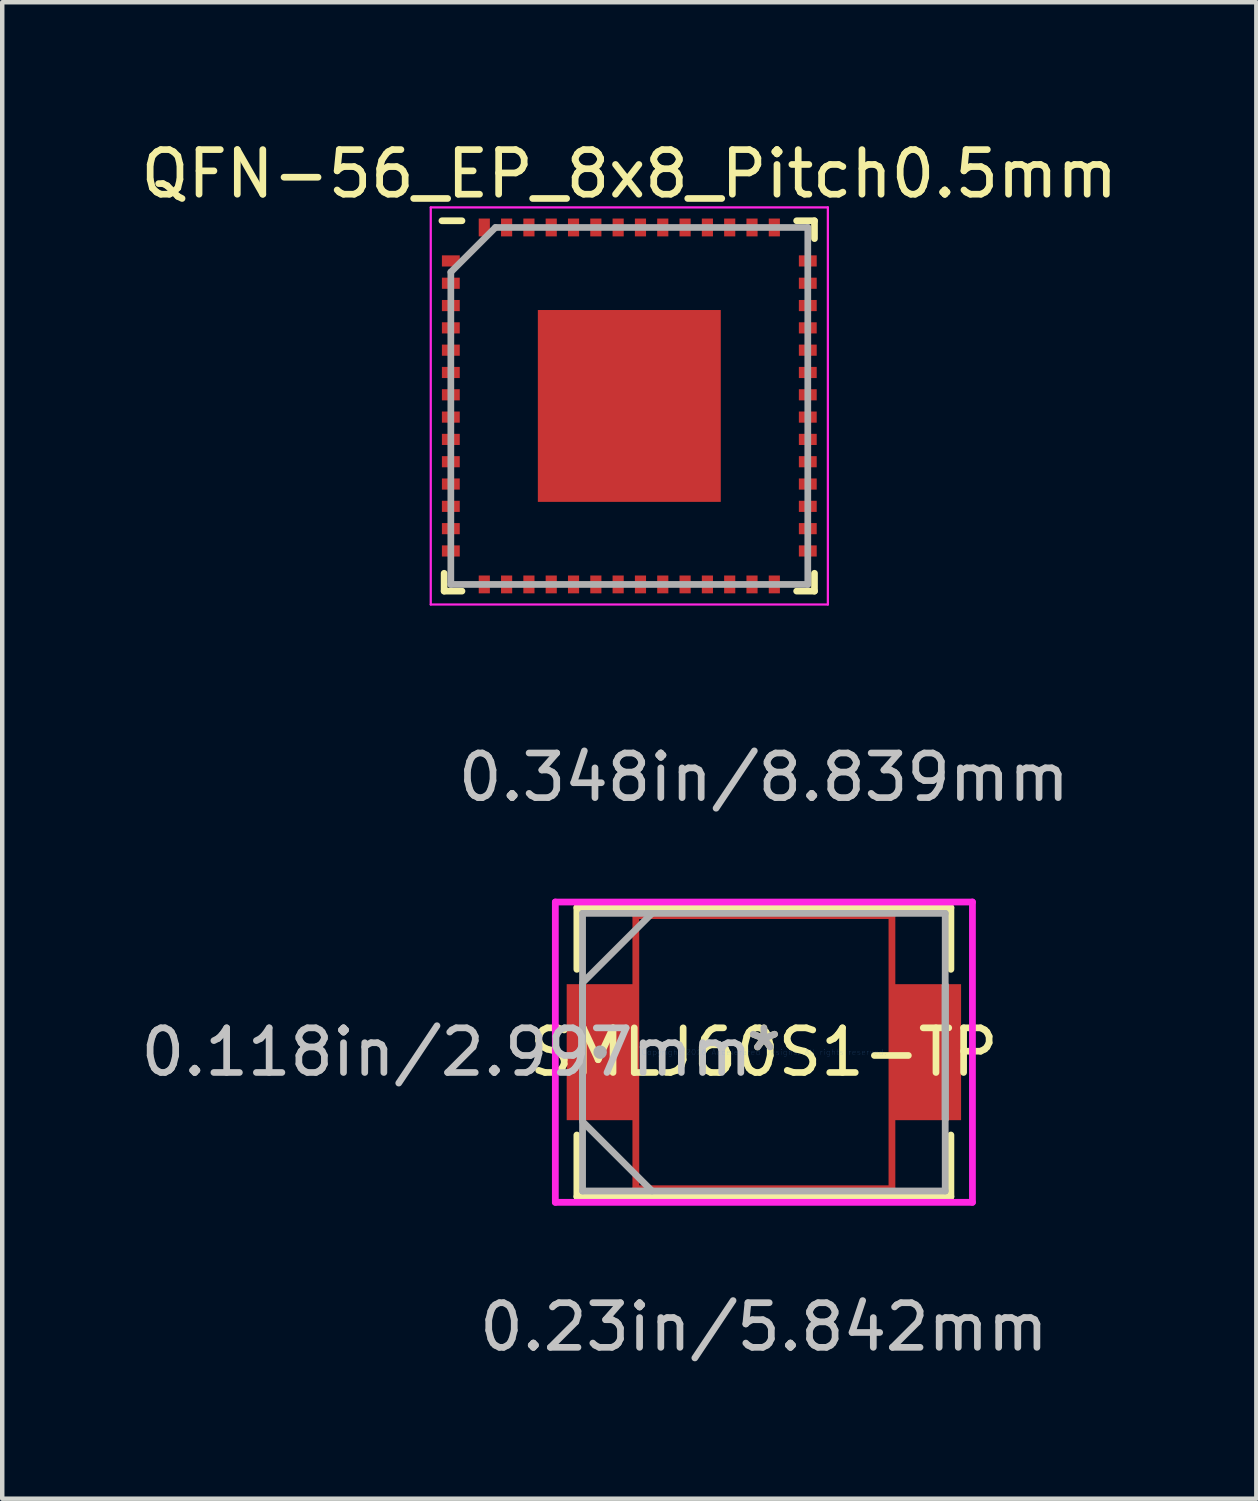
<source format=kicad_pcb>
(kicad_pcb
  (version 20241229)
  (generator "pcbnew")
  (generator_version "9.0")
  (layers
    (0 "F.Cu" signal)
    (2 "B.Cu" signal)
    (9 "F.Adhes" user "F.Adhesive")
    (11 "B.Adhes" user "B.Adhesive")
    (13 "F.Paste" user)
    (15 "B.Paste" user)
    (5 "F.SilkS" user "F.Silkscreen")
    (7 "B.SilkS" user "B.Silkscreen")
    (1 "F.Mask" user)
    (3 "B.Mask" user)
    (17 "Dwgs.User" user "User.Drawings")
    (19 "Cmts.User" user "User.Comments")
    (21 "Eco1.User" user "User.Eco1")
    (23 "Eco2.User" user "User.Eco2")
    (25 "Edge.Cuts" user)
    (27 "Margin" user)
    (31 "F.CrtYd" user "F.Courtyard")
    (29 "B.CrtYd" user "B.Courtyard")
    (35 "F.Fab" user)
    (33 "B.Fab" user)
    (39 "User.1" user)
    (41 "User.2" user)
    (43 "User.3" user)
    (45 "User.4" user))
  (footprint "SMLJ60S1-TP"
    (layer "F.Cu")
    (at 14.07 20.531)
    (property "Reference" "SMLJ60S1-TP" (at 0 0 0) (layer "F.SilkS") (effects (font (size 1 1) (thickness 0.15))))
    (attr through_hole)
    (fp_line (start -2.87 -3.061) (end 2.87 -3.061) (stroke (width 0.152) (type solid)) (layer "F.Cu"))
    (fp_line (start -2.87 3.061) (end -2.87 -3.061) (stroke (width 0.152) (type solid)) (layer "F.Cu"))
    (fp_line (start 2.87 -3.061) (end 2.87 3.061) (stroke (width 0.152) (type solid)) (layer "F.Cu"))
    (fp_line (start 2.87 3.061) (end -2.87 3.061) (stroke (width 0.152) (type solid)) (layer "F.Cu"))
    (fp_line (start -4.191 -3.239) (end -4.191 -1.857) (stroke (width 0.152) (type solid)) (layer "F.SilkS"))
    (fp_line (start -4.191 1.857) (end -4.191 3.239) (stroke (width 0.152) (type solid)) (layer "F.SilkS"))
    (fp_line (start -4.191 3.239) (end 4.191 3.239) (stroke (width 0.152) (type solid)) (layer "F.SilkS"))
    (fp_line (start 4.191 -3.239) (end -4.191 -3.239) (stroke (width 0.152) (type solid)) (layer "F.SilkS"))
    (fp_line (start 4.191 -1.857) (end 4.191 -3.239) (stroke (width 0.152) (type solid)) (layer "F.SilkS"))
    (fp_line (start 4.191 3.239) (end 4.191 1.857) (stroke (width 0.152) (type solid)) (layer "F.SilkS"))
    (fp_line (start -4.674 -3.365) (end 4.674 -3.365) (stroke (width 0.152) (type solid)) (layer "F.CrtYd"))
    (fp_line (start -4.674 3.365) (end -4.674 -3.365) (stroke (width 0.152) (type solid)) (layer "F.CrtYd"))
    (fp_line (start 4.674 -3.365) (end 4.674 3.365) (stroke (width 0.152) (type solid)) (layer "F.CrtYd"))
    (fp_line (start 4.674 3.365) (end -4.674 3.365) (stroke (width 0.152) (type solid)) (layer "F.CrtYd"))
    (fp_line (start -4.064 -3.111) (end -4.064 3.111) (stroke (width 0.152) (type solid)) (layer "F.Fab"))
    (fp_line (start -4.064 -1.556) (end -2.508 -3.111) (stroke (width 0.152) (type solid)) (layer "F.Fab"))
    (fp_line (start -4.064 -1.499) (end -4.064 -1.499) (stroke (width 0.152) (type solid)) (layer "F.Fab"))
    (fp_line (start -4.064 -1.499) (end -4.064 1.499) (stroke (width 0.152) (type solid)) (layer "F.Fab"))
    (fp_line (start -4.064 1.499) (end -4.064 -1.499) (stroke (width 0.152) (type solid)) (layer "F.Fab"))
    (fp_line (start -4.064 1.499) (end -4.064 1.499) (stroke (width 0.152) (type solid)) (layer "F.Fab"))
    (fp_line (start -4.064 1.556) (end -2.508 3.111) (stroke (width 0.152) (type solid)) (layer "F.Fab"))
    (fp_line (start -4.064 3.111) (end 4.064 3.111) (stroke (width 0.152) (type solid)) (layer "F.Fab"))
    (fp_line (start 4.064 -3.111) (end -4.064 -3.111) (stroke (width 0.152) (type solid)) (layer "F.Fab"))
    (fp_line (start 4.064 -1.499) (end 4.064 -1.499) (stroke (width 0.152) (type solid)) (layer "F.Fab"))
    (fp_line (start 4.064 -1.499) (end 4.064 1.499) (stroke (width 0.152) (type solid)) (layer "F.Fab"))
    (fp_line (start 4.064 1.499) (end 4.064 -1.499) (stroke (width 0.152) (type solid)) (layer "F.Fab"))
    (fp_line (start 4.064 1.499) (end 4.064 1.499) (stroke (width 0.152) (type solid)) (layer "F.Fab"))
    (fp_line (start 4.064 3.111) (end 4.064 -3.111) (stroke (width 0.152) (type solid)) (layer "F.Fab"))
    (fp_circle (center -3.67 0) (end -3.67 0) (stroke (width 0.152) (type solid)) (fill no) (layer "F.Fab"))
    (fp_text user "*" (at 0 0 0) (layer "F.SilkS") (effects (font (size 1 1) (thickness 0.15))))
    (fp_text user "0.118in/2.997mm" (at -7.112 0 0) (layer "Dwgs.User") (effects (font (size 1 1) (thickness 0.15))))
    (fp_text user "0.348in/8.839mm" (at 0 -6.16 0) (layer "Dwgs.User") (effects (font (size 1 1) (thickness 0.15))))
    (fp_text user "0.23in/5.842mm" (at 0 6.16 0) (layer "Dwgs.User") (effects (font (size 1 1) (thickness 0.15))))
    (fp_text user "Copyright 2016 Accelerated Designs. All rights reserved." (at 0 0 0) (layer "Cmts.User") (effects (font (size 0.127 0.127) (thickness 0.002))))
    (fp_text user "*" (at 0 0 0) (layer "F.Fab") (effects (font (size 1 1) (thickness 0.15))))
    (pad "1" smd rect (at -3.67 0) (size 1.499 3.048) (layers "F.Cu" "F.Mask" "F.Paste"))
    (pad "2" smd rect (at 3.67 0) (size 1.499 3.048) (layers "F.Cu" "F.Mask" "F.Paste")))
  (footprint "QFN-56_EP_8x8_Pitch0.5mm"
    (layer "F.Cu")
    (at 11.054 6.048)
    (property "Reference" "QFN-56_EP_8x8_Pitch0.5mm" (at 0 -5.2 0) (layer "F.SilkS") (effects (font (size 1 1) (thickness 0.15))))
    (attr smd)
    (fp_line (start -4.15 4.15) (end -4.15 3.75) (stroke (width 0.15) (type solid)) (layer "F.SilkS"))
    (fp_line (start -3.75 -4.15) (end -4.2 -4.15) (stroke (width 0.15) (type solid)) (layer "F.SilkS"))
    (fp_line (start -3.75 4.15) (end -4.15 4.15) (stroke (width 0.15) (type solid)) (layer "F.SilkS"))
    (fp_line (start 3.75 -4.15) (end 4.15 -4.15) (stroke (width 0.15) (type solid)) (layer "F.SilkS"))
    (fp_line (start 3.75 4.15) (end 4.15 4.15) (stroke (width 0.15) (type solid)) (layer "F.SilkS"))
    (fp_line (start 4.15 -4.15) (end 4.15 -3.75) (stroke (width 0.15) (type solid)) (layer "F.SilkS"))
    (fp_line (start 4.15 4.15) (end 4.15 3.75) (stroke (width 0.15) (type solid)) (layer "F.SilkS"))
    (fp_line (start -4.45 -4.45) (end 4.45 -4.45) (stroke (width 0.05) (type solid)) (layer "F.CrtYd"))
    (fp_line (start -4.45 4.45) (end -4.45 -4.45) (stroke (width 0.05) (type solid)) (layer "F.CrtYd"))
    (fp_line (start 4.45 -4.45) (end 4.45 4.45) (stroke (width 0.05) (type solid)) (layer "F.CrtYd"))
    (fp_line (start 4.45 4.45) (end -4.45 4.45) (stroke (width 0.05) (type solid)) (layer "F.CrtYd"))
    (fp_line (start -4 -3) (end -4 4) (stroke (width 0.15) (type solid)) (layer "F.Fab"))
    (fp_line (start -4 4) (end 4 4) (stroke (width 0.15) (type solid)) (layer "F.Fab"))
    (fp_line (start -3 -4) (end -4 -3) (stroke (width 0.15) (type solid)) (layer "F.Fab"))
    (fp_line (start 4 -4) (end -3 -4) (stroke (width 0.15) (type solid)) (layer "F.Fab"))
    (fp_line (start 4 4) (end 4 -4) (stroke (width 0.15) (type solid)) (layer "F.Fab"))
    (pad "1" smd rect (at -4 -3.25 90) (size 0.25 0.4) (layers "F.Cu" "F.Mask" "F.Paste"))
    (pad "2" smd rect (at -4 -2.75 90) (size 0.25 0.4) (layers "F.Cu" "F.Mask" "F.Paste"))
    (pad "3" smd rect (at -4 -2.25 90) (size 0.25 0.4) (layers "F.Cu" "F.Mask" "F.Paste"))
    (pad "4" smd rect (at -4 -1.75 90) (size 0.25 0.4) (layers "F.Cu" "F.Mask" "F.Paste"))
    (pad "5" smd rect (at -4 -1.25 90) (size 0.25 0.4) (layers "F.Cu" "F.Mask" "F.Paste"))
    (pad "6" smd rect (at -4 -0.75 90) (size 0.25 0.4) (layers "F.Cu" "F.Mask" "F.Paste"))
    (pad "7" smd rect (at -4 -0.25 90) (size 0.25 0.4) (layers "F.Cu" "F.Mask" "F.Paste"))
    (pad "8" smd rect (at -4 0.25 90) (size 0.25 0.4) (layers "F.Cu" "F.Mask" "F.Paste"))
    (pad "9" smd rect (at -4 0.75 90) (size 0.25 0.4) (layers "F.Cu" "F.Mask" "F.Paste"))
    (pad "10" smd rect (at -4 1.25 90) (size 0.25 0.4) (layers "F.Cu" "F.Mask" "F.Paste"))
    (pad "11" smd rect (at -4 1.75 90) (size 0.25 0.4) (layers "F.Cu" "F.Mask" "F.Paste"))
    (pad "12" smd rect (at -4 2.25 90) (size 0.25 0.4) (layers "F.Cu" "F.Mask" "F.Paste"))
    (pad "13" smd rect (at -4 2.75 90) (size 0.25 0.4) (layers "F.Cu" "F.Mask" "F.Paste"))
    (pad "14" smd rect (at -4 3.25 90) (size 0.25 0.4) (layers "F.Cu" "F.Mask" "F.Paste"))
    (pad "15" smd rect (at -3.25 4) (size 0.25 0.4) (layers "F.Cu" "F.Mask" "F.Paste"))
    (pad "16" smd rect (at -2.75 4) (size 0.25 0.4) (layers "F.Cu" "F.Mask" "F.Paste"))
    (pad "17" smd rect (at -2.25 4) (size 0.25 0.4) (layers "F.Cu" "F.Mask" "F.Paste"))
    (pad "18" smd rect (at -1.75 4) (size 0.25 0.4) (layers "F.Cu" "F.Mask" "F.Paste"))
    (pad "19" smd rect (at -1.25 4) (size 0.25 0.4) (layers "F.Cu" "F.Mask" "F.Paste"))
    (pad "20" smd rect (at -0.75 4) (size 0.25 0.4) (layers "F.Cu" "F.Mask" "F.Paste"))
    (pad "21" smd rect (at -0.25 4) (size 0.25 0.4) (layers "F.Cu" "F.Mask" "F.Paste"))
    (pad "22" smd rect (at 0.25 4) (size 0.25 0.4) (layers "F.Cu" "F.Mask" "F.Paste"))
    (pad "23" smd rect (at 0.75 4) (size 0.25 0.4) (layers "F.Cu" "F.Mask" "F.Paste"))
    (pad "24" smd rect (at 1.25 4) (size 0.25 0.4) (layers "F.Cu" "F.Mask" "F.Paste"))
    (pad "25" smd rect (at 1.75 4) (size 0.25 0.4) (layers "F.Cu" "F.Mask" "F.Paste"))
    (pad "26" smd rect (at 2.25 4) (size 0.25 0.4) (layers "F.Cu" "F.Mask" "F.Paste"))
    (pad "27" smd rect (at 2.75 4) (size 0.25 0.4) (layers "F.Cu" "F.Mask" "F.Paste"))
    (pad "28" smd rect (at 3.25 4) (size 0.25 0.4) (layers "F.Cu" "F.Mask" "F.Paste"))
    (pad "29" smd rect (at 4 3.25 90) (size 0.25 0.4) (layers "F.Cu" "F.Mask" "F.Paste"))
    (pad "30" smd rect (at 4 2.75 90) (size 0.25 0.4) (layers "F.Cu" "F.Mask" "F.Paste"))
    (pad "31" smd rect (at 4 2.25 90) (size 0.25 0.4) (layers "F.Cu" "F.Mask" "F.Paste"))
    (pad "32" smd rect (at 4 1.75 90) (size 0.25 0.4) (layers "F.Cu" "F.Mask" "F.Paste"))
    (pad "33" smd rect (at 4 1.25 90) (size 0.25 0.4) (layers "F.Cu" "F.Mask" "F.Paste"))
    (pad "34" smd rect (at 4 0.75 90) (size 0.25 0.4) (layers "F.Cu" "F.Mask" "F.Paste"))
    (pad "35" smd rect (at 4 0.25 90) (size 0.25 0.4) (layers "F.Cu" "F.Mask" "F.Paste"))
    (pad "36" smd rect (at 4 -0.25 90) (size 0.25 0.4) (layers "F.Cu" "F.Mask" "F.Paste"))
    (pad "37" smd rect (at 4 -0.75 90) (size 0.25 0.4) (layers "F.Cu" "F.Mask" "F.Paste"))
    (pad "38" smd rect (at 4 -1.25 90) (size 0.25 0.4) (layers "F.Cu" "F.Mask" "F.Paste"))
    (pad "39" smd rect (at 4 -1.75 90) (size 0.25 0.4) (layers "F.Cu" "F.Mask" "F.Paste"))
    (pad "40" smd rect (at 4 -2.25 90) (size 0.25 0.4) (layers "F.Cu" "F.Mask" "F.Paste"))
    (pad "41" smd rect (at 4 -2.75 90) (size 0.25 0.4) (layers "F.Cu" "F.Mask" "F.Paste"))
    (pad "42" smd rect (at 4 -3.25 90) (size 0.25 0.4) (layers "F.Cu" "F.Mask" "F.Paste"))
    (pad "43" smd rect (at 3.25 -4) (size 0.25 0.4) (layers "F.Cu" "F.Mask" "F.Paste"))
    (pad "44" smd rect (at 2.75 -4) (size 0.25 0.4) (layers "F.Cu" "F.Mask" "F.Paste"))
    (pad "45" smd rect (at 2.25 -4) (size 0.25 0.4) (layers "F.Cu" "F.Mask" "F.Paste"))
    (pad "46" smd rect (at 1.75 -4) (size 0.25 0.4) (layers "F.Cu" "F.Mask" "F.Paste"))
    (pad "47" smd rect (at 1.25 -4) (size 0.25 0.4) (layers "F.Cu" "F.Mask" "F.Paste"))
    (pad "48" smd rect (at 0.75 -4) (size 0.25 0.4) (layers "F.Cu" "F.Mask" "F.Paste"))
    (pad "49" smd rect (at 0.25 -4) (size 0.25 0.4) (layers "F.Cu" "F.Mask" "F.Paste"))
    (pad "50" smd rect (at -0.25 -4) (size 0.25 0.4) (layers "F.Cu" "F.Mask" "F.Paste"))
    (pad "51" smd rect (at -0.75 -4) (size 0.25 0.4) (layers "F.Cu" "F.Mask" "F.Paste"))
    (pad "52" smd rect (at -1.25 -4) (size 0.25 0.4) (layers "F.Cu" "F.Mask" "F.Paste"))
    (pad "53" smd rect (at -1.75 -4) (size 0.25 0.4) (layers "F.Cu" "F.Mask" "F.Paste"))
    (pad "54" smd rect (at -2.25 -4) (size 0.25 0.4) (layers "F.Cu" "F.Mask" "F.Paste"))
    (pad "55" smd rect (at -2.75 -4) (size 0.25 0.4) (layers "F.Cu" "F.Mask" "F.Paste"))
    (pad "56" smd rect (at -3.25 -4) (size 0.25 0.4) (layers "F.Cu" "F.Mask" "F.Paste"))
    (pad "57" smd rect (at 0 0) (size 4.1 4.3) (layers "F.Cu" "F.Mask" "F.Paste")))
  (gr_rect
    (start -3 -3)
    (end 25.107 30.539)
    (stroke (width 0.1) (type default))
    (fill no)
    (layer "Edge.Cuts")))
</source>
